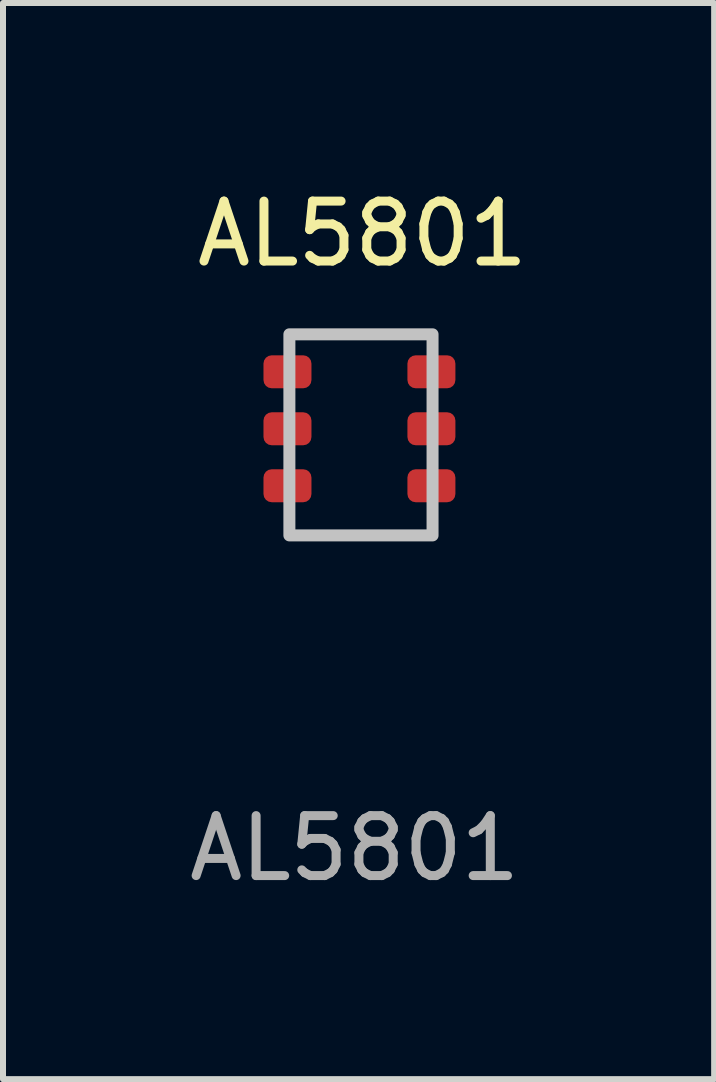
<source format=kicad_pcb>
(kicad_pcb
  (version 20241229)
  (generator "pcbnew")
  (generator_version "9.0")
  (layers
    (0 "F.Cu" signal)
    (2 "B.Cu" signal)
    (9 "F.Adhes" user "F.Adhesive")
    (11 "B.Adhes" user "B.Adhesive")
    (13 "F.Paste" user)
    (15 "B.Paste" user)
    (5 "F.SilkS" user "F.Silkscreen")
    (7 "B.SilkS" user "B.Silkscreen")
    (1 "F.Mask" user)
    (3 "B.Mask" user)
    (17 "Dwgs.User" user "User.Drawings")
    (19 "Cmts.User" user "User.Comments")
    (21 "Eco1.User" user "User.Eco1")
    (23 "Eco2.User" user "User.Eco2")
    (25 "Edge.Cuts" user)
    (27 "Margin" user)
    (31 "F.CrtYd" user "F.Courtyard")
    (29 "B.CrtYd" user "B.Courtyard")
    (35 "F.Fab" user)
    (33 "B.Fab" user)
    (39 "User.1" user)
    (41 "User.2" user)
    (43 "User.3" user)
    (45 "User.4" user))
  (footprint "AL5801"
    (layer "F.Cu")
    (at 2.943 4.099)
    (property "Reference" "AL5801" (at 0.051 -3.251 0) (unlocked yes) (layer "F.SilkS") (effects (font (size 1 1) (thickness 0.15))))
    (attr smd)
    (fp_rect (start -1.168 -1.575) (end 1.219 1.778) (stroke (width 0.2) (type default)) (fill no) (layer "Dwgs.User"))
    (fp_text user "${REFERENCE}" (at -0.08 6.995 0) (unlocked yes) (layer "F.Fab") (effects (font (size 1 1) (thickness 0.15))))
    (pad "1" smd roundrect (at -1.2 -0.95 90) (size 0.55 0.8) (layers "F.Cu" "F.Mask" "F.Paste") (roundrect_rratio 0.25))
    (pad "2" smd roundrect (at -1.2 0 90) (size 0.55 0.8) (layers "F.Cu" "F.Mask" "F.Paste") (roundrect_rratio 0.25))
    (pad "3" smd roundrect (at -1.2 0.95 90) (size 0.55 0.8) (layers "F.Cu" "F.Mask" "F.Paste") (roundrect_rratio 0.25))
    (pad "4" smd roundrect (at 1.2 0.95 90) (size 0.55 0.8) (layers "F.Cu" "F.Mask" "F.Paste") (roundrect_rratio 0.25))
    (pad "5" smd roundrect (at 1.2 0 90) (size 0.55 0.8) (layers "F.Cu" "F.Mask" "F.Paste") (roundrect_rratio 0.25))
    (pad "6" smd roundrect (at 1.2 -0.95 90) (size 0.55 0.8) (layers "F.Cu" "F.Mask" "F.Paste") (roundrect_rratio 0.25)))
  (gr_rect
    (start -3 -3)
    (end 8.857 14.943)
    (stroke (width 0.1) (type default))
    (fill no)
    (layer "Edge.Cuts")))
</source>
